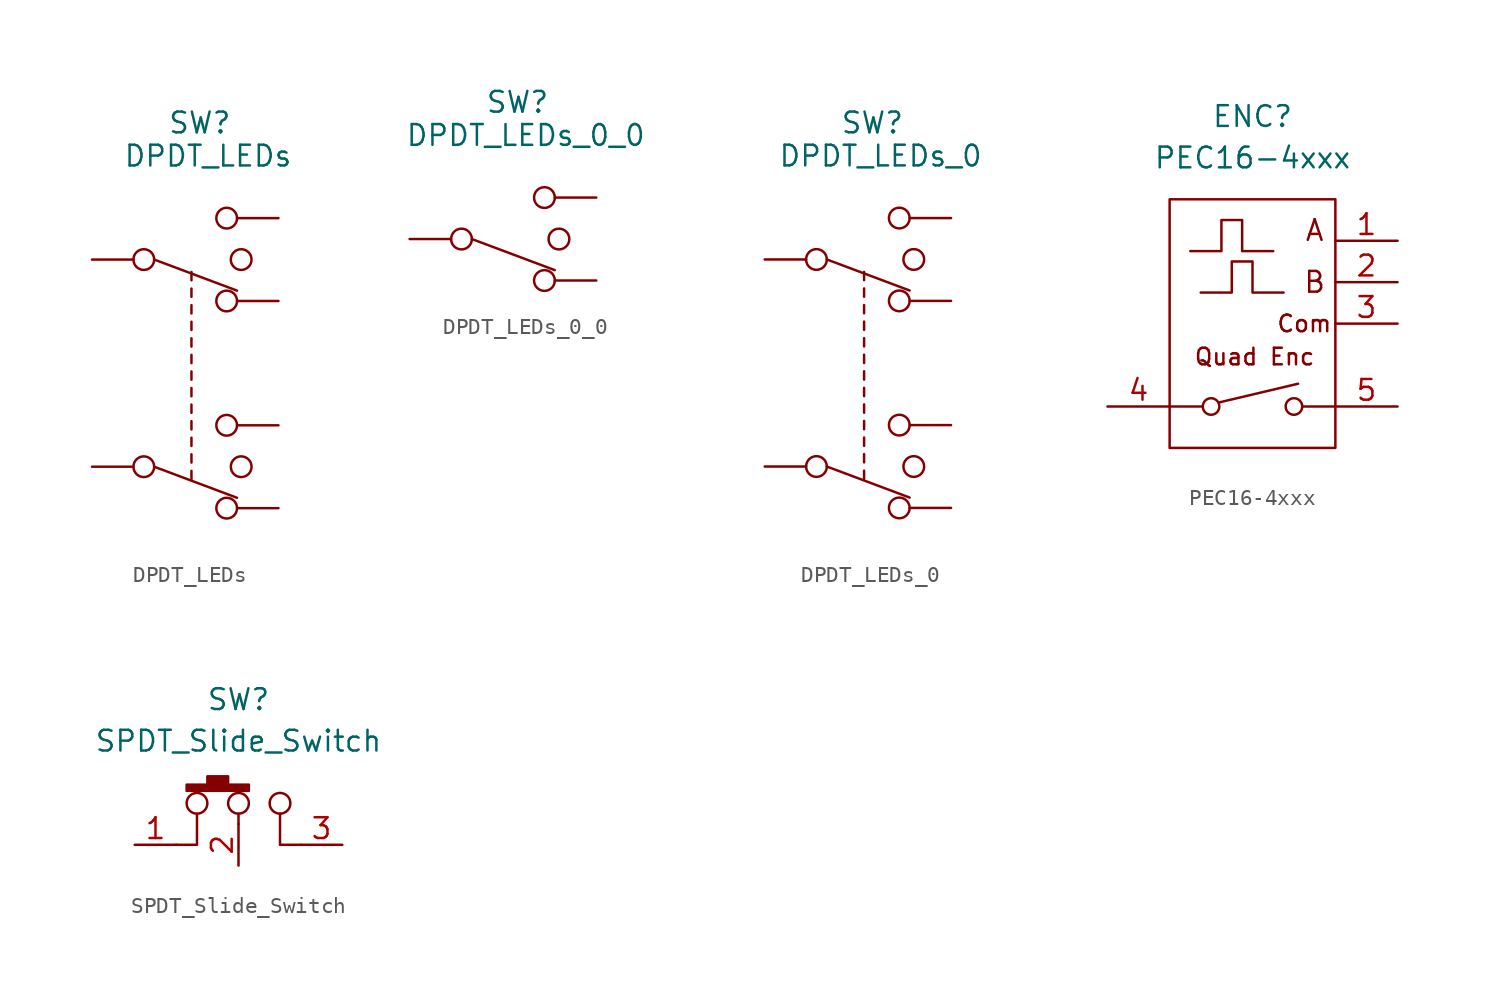
<source format=kicad_sym>
(kicad_symbol_lib
  (version 20211014)
  (generator kicad_symbol_editor)
  (symbol "DPDT_LEDs"
    (pin_numbers hide)
    (pin_names
      (offset 1.016) hide)
    (property "Reference" "SW"
      (at 0.254 13.462 0)
      (effects (font (size 1.27 1.27))))
    (property "Value" "DPDT_LEDs"
      (at 0.762 11.43 0)
      (effects (font (size 1.27 1.27))))
    (symbol "DPDT_LEDs_0_1"
      (polyline (pts (xy -2.54 -7.62) (xy 2.54 -9.525)) (stroke (width 0) (type default) (color 0 0 0 0)) (fill (type none)))
      (polyline (pts (xy -2.54 5.08) (xy 2.54 3.175)) (stroke (width 0) (type default) (color 0 0 0 0)) (fill (type none)))
      (polyline (pts (xy -0.254 -7.874) (xy -0.254 -8.382)) (stroke (width 0) (type default) (color 0 0 0 0)) (fill (type none)))
      (polyline (pts (xy -0.254 -6.858) (xy -0.254 -7.366)) (stroke (width 0) (type default) (color 0 0 0 0)) (fill (type none)))
      (polyline (pts (xy -0.254 -5.842) (xy -0.254 -6.35)) (stroke (width 0) (type default) (color 0 0 0 0)) (fill (type none)))
      (polyline (pts (xy -0.254 -4.826) (xy -0.254 -5.334)) (stroke (width 0) (type default) (color 0 0 0 0)) (fill (type none)))
      (polyline (pts (xy -0.254 -3.81) (xy -0.254 -4.318)) (stroke (width 0) (type default) (color 0 0 0 0)) (fill (type none)))
      (polyline (pts (xy -0.254 -2.794) (xy -0.254 -3.302)) (stroke (width 0) (type default) (color 0 0 0 0)) (fill (type none)))
      (polyline (pts (xy -0.254 -1.778) (xy -0.254 -2.286)) (stroke (width 0) (type default) (color 0 0 0 0)) (fill (type none)))
      (polyline (pts (xy -0.254 -0.762) (xy -0.254 -1.27)) (stroke (width 0) (type default) (color 0 0 0 0)) (fill (type none)))
      (polyline (pts (xy -0.254 0.254) (xy -0.254 -0.254)) (stroke (width 0) (type default) (color 0 0 0 0)) (fill (type none)))
      (polyline (pts (xy -0.254 1.27) (xy -0.254 0.762)) (stroke (width 0) (type default) (color 0 0 0 0)) (fill (type none)))
      (polyline (pts (xy -0.254 2.286) (xy -0.254 1.778)) (stroke (width 0) (type default) (color 0 0 0 0)) (fill (type none)))
      (polyline (pts (xy -0.254 3.302) (xy -0.254 2.794)) (stroke (width 0) (type default) (color 0 0 0 0)) (fill (type none)))
      (polyline (pts (xy -0.254 4.318) (xy -0.254 3.81)) (stroke (width 0) (type default) (color 0 0 0 0)) (fill (type none)))
      (circle (center 2.794 -7.62) (radius 0.635) (stroke (width 0) (type default) (color 0 0 0 0)) (fill (type none)))
      (circle (center 2.794 5.08) (radius 0.635) (stroke (width 0) (type default) (color 0 0 0 0)) (fill (type none))))
    (symbol "DPDT_LEDs_1_1"
      (pin passive inverted (at 5.08 7.62 180) (length 3.81) (name "A1" (effects (font (size 1.27 1.27)))) (number "1" (effects (font (size 1.27 1.27)))))
      (pin passive inverted (at -6.35 5.08 0) (length 3.81) (name "C1" (effects (font (size 1.27 1.27)))) (number "2" (effects (font (size 1.27 1.27)))))
      (pin passive inverted (at 5.08 2.54 180) (length 3.81) (name "B1" (effects (font (size 1.27 1.27)))) (number "3" (effects (font (size 1.27 1.27)))))
      (pin passive inverted (at 5.08 -5.08 180) (length 3.81) (name "A2" (effects (font (size 1.27 1.27)))) (number "4" (effects (font (size 1.27 1.27)))))
      (pin passive inverted (at -6.35 -7.62 0) (length 3.81) (name "C2" (effects (font (size 1.27 1.27)))) (number "5" (effects (font (size 1.27 1.27)))))
      (pin passive inverted (at 5.08 -10.16 180) (length 3.81) (name "B2" (effects (font (size 1.27 1.27)))) (number "6" (effects (font (size 1.27 1.27)))))))
  (symbol "DPDT_LEDs_0_0"
    (pin_numbers hide)
    (pin_names
      (offset 1.016) hide)
    (property "Reference" "SW"
      (at 0.254 13.462 0)
      (effects (font (size 1.27 1.27))))
    (property "Value" "DPDT_LEDs_0_0"
      (at 0.762 11.43 0)
      (effects (font (size 1.27 1.27))))
    (symbol "DPDT_LEDs_0_0_0_1"
      (polyline (pts (xy -2.54 5.08) (xy 2.54 3.175)) (stroke (width 0) (type default) (color 0 0 0 0)) (fill (type none)))
      (circle (center 2.794 5.08) (radius 0.635) (stroke (width 0) (type default) (color 0 0 0 0)) (fill (type none))))
    (symbol "DPDT_LEDs_0_0_1_1"
      (pin passive inverted (at 5.08 7.62 180) (length 3.81) (name "A1" (effects (font (size 1.27 1.27)))) (number "1" (effects (font (size 1.27 1.27)))))
      (pin passive inverted (at -6.35 5.08 0) (length 3.81) (name "C1" (effects (font (size 1.27 1.27)))) (number "2" (effects (font (size 1.27 1.27)))))
      (pin passive inverted (at 5.08 2.54 180) (length 3.81) (name "B1" (effects (font (size 1.27 1.27)))) (number "3" (effects (font (size 1.27 1.27)))))))
  (symbol "DPDT_LEDs_0"
    (pin_numbers hide)
    (pin_names
      (offset 1.016) hide)
    (property "Reference" "SW"
      (at 0.254 13.462 0)
      (effects (font (size 1.27 1.27))))
    (property "Value" "DPDT_LEDs_0"
      (at 0.762 11.43 0)
      (effects (font (size 1.27 1.27))))
    (symbol "DPDT_LEDs_0_0_1"
      (polyline (pts (xy -2.54 -7.62) (xy 2.54 -9.525)) (stroke (width 0) (type default) (color 0 0 0 0)) (fill (type none)))
      (polyline (pts (xy -2.54 5.08) (xy 2.54 3.175)) (stroke (width 0) (type default) (color 0 0 0 0)) (fill (type none)))
      (polyline (pts (xy -0.254 -7.874) (xy -0.254 -8.382)) (stroke (width 0) (type default) (color 0 0 0 0)) (fill (type none)))
      (polyline (pts (xy -0.254 -6.858) (xy -0.254 -7.366)) (stroke (width 0) (type default) (color 0 0 0 0)) (fill (type none)))
      (polyline (pts (xy -0.254 -5.842) (xy -0.254 -6.35)) (stroke (width 0) (type default) (color 0 0 0 0)) (fill (type none)))
      (polyline (pts (xy -0.254 -4.826) (xy -0.254 -5.334)) (stroke (width 0) (type default) (color 0 0 0 0)) (fill (type none)))
      (polyline (pts (xy -0.254 -3.81) (xy -0.254 -4.318)) (stroke (width 0) (type default) (color 0 0 0 0)) (fill (type none)))
      (polyline (pts (xy -0.254 -2.794) (xy -0.254 -3.302)) (stroke (width 0) (type default) (color 0 0 0 0)) (fill (type none)))
      (polyline (pts (xy -0.254 -1.778) (xy -0.254 -2.286)) (stroke (width 0) (type default) (color 0 0 0 0)) (fill (type none)))
      (polyline (pts (xy -0.254 -0.762) (xy -0.254 -1.27)) (stroke (width 0) (type default) (color 0 0 0 0)) (fill (type none)))
      (polyline (pts (xy -0.254 0.254) (xy -0.254 -0.254)) (stroke (width 0) (type default) (color 0 0 0 0)) (fill (type none)))
      (polyline (pts (xy -0.254 1.27) (xy -0.254 0.762)) (stroke (width 0) (type default) (color 0 0 0 0)) (fill (type none)))
      (polyline (pts (xy -0.254 2.286) (xy -0.254 1.778)) (stroke (width 0) (type default) (color 0 0 0 0)) (fill (type none)))
      (polyline (pts (xy -0.254 3.302) (xy -0.254 2.794)) (stroke (width 0) (type default) (color 0 0 0 0)) (fill (type none)))
      (polyline (pts (xy -0.254 4.318) (xy -0.254 3.81)) (stroke (width 0) (type default) (color 0 0 0 0)) (fill (type none)))
      (circle (center 2.794 -7.62) (radius 0.635) (stroke (width 0) (type default) (color 0 0 0 0)) (fill (type none)))
      (circle (center 2.794 5.08) (radius 0.635) (stroke (width 0) (type default) (color 0 0 0 0)) (fill (type none))))
    (symbol "DPDT_LEDs_0_1_1"
      (pin passive inverted (at 5.08 7.62 180) (length 3.81) (name "A1" (effects (font (size 1.27 1.27)))) (number "1" (effects (font (size 1.27 1.27)))))
      (pin passive inverted (at -6.35 5.08 0) (length 3.81) (name "C1" (effects (font (size 1.27 1.27)))) (number "2" (effects (font (size 1.27 1.27)))))
      (pin passive inverted (at 5.08 2.54 180) (length 3.81) (name "B1" (effects (font (size 1.27 1.27)))) (number "3" (effects (font (size 1.27 1.27)))))
      (pin passive inverted (at 5.08 -5.08 180) (length 3.81) (name "A2" (effects (font (size 1.27 1.27)))) (number "4" (effects (font (size 1.27 1.27)))))
      (pin passive inverted (at -6.35 -7.62 0) (length 3.81) (name "C2" (effects (font (size 1.27 1.27)))) (number "5" (effects (font (size 1.27 1.27)))))
      (pin passive inverted (at 5.08 -10.16 180) (length 3.81) (name "B2" (effects (font (size 1.27 1.27)))) (number "6" (effects (font (size 1.27 1.27)))))))
  (symbol "PEC16-4xxx"
    (pin_names
      (offset 1.016) hide)
    (property "Reference" "ENC"
      (at 0 12.7 0)
      (effects (font (size 1.27 1.27))))
    (property "Value" "PEC16-4xxx"
      (at 0 10.16 0)
      (effects (font (size 1.27 1.27))))
    (symbol "PEC16-4xxx_0_0"
      (polyline (pts (xy -3.81 4.445) (xy -1.905 4.445) (xy -1.905 6.35) (xy -0.635 6.35) (xy -0.635 4.445) (xy 1.27 4.445)) (stroke (width 0) (type default) (color 0 0 0 0)) (fill (type none)))
      (polyline (pts (xy -3.175 1.905) (xy -1.27 1.905) (xy -1.27 3.81) (xy 0 3.81) (xy 0 1.905) (xy 1.905 1.905)) (stroke (width 0) (type default) (color 0 0 0 0)) (fill (type none)))
      (text "A" (at 3.81 5.715 0) (effects (font (size 1.27 1.27))))
      (text "B" (at 3.81 2.54 0) (effects (font (size 1.27 1.27))))
      (text "Com" (at 3.175 0 0) (effects (font (size 1.016 1.016))))
      (text "Quad Enc" (at 0.127 -2.032 0) (effects (font (size 1.016 1.016)))))
    (symbol "PEC16-4xxx_0_1"
      (rectangle (start -5.08 7.62) (end 5.08 -7.62) (stroke (width 0) (type default) (color 0 0 0 0)) (fill (type none)))
      (circle (center -2.54 -5.08) (radius 0.508) (stroke (width 0) (type default) (color 0 0 0 0)) (fill (type none)))
      (polyline (pts (xy -5.08 -5.08) (xy -3.048 -5.08)) (stroke (width 0) (type default) (color 0 0 0 0)) (fill (type none)))
      (polyline (pts (xy -2.032 -4.826) (xy 2.794 -3.683)) (stroke (width 0) (type default) (color 0 0 0 0)) (fill (type none)))
      (polyline (pts (xy 3.048 -5.08) (xy 5.08 -5.08)) (stroke (width 0) (type default) (color 0 0 0 0)) (fill (type none)))
      (circle (center 2.54 -5.08) (radius 0.508) (stroke (width 0) (type default) (color 0 0 0 0)) (fill (type none))))
    (symbol "PEC16-4xxx_1_1"
      (pin input line (at 8.89 5.08 180) (length 3.81) (name "A" (effects (font (size 1.27 1.27)))) (number "1" (effects (font (size 1.27 1.27)))))
      (pin input line (at 8.89 2.54 180) (length 3.81) (name "B" (effects (font (size 1.27 1.27)))) (number "2" (effects (font (size 1.27 1.27)))))
      (pin input line (at 8.89 0 180) (length 3.81) (name "Comm" (effects (font (size 1.27 1.27)))) (number "3" (effects (font (size 1.27 1.27)))))
      (pin input line (at -8.89 -5.08 0) (length 3.81) (name "D" (effects (font (size 1.27 1.27)))) (number "4" (effects (font (size 1.27 1.27)))))
      (pin input line (at 8.89 -5.08 180) (length 3.81) (name "E" (effects (font (size 1.27 1.27)))) (number "5" (effects (font (size 1.27 1.27)))))))
  (symbol "SPDT_Slide_Switch"
    (pin_names
      (offset 1.016) hide)
    (property "Reference" "SW"
      (at 0 6.35 0)
      (effects (font (size 1.27 1.27))))
    (property "Value" "SPDT_Slide_Switch"
      (at 0 3.81 0)
      (effects (font (size 1.27 1.27))))
    (symbol "SPDT_Slide_Switch_0_1"
      (circle (center -2.54 0) (radius 0.635) (stroke (width 0.152) (type default) (color 0 0 0 0)) (fill (type none)))
      (polyline (pts (xy 0 -1.27) (xy 0 -0.635)) (stroke (width 0.152) (type default) (color 0 0 0 0)) (fill (type none)))
      (polyline (pts (xy -3.81 -2.54) (xy -2.54 -2.54) (xy -2.54 -0.635)) (stroke (width 0.152) (type default) (color 0 0 0 0)) (fill (type none)))
      (polyline (pts (xy 3.81 -2.54) (xy 2.54 -2.54) (xy 2.54 -0.635)) (stroke (width 0.152) (type default) (color 0 0 0 0)) (fill (type none)))
      (polyline (pts (xy -3.175 0.762) (xy 0.635 0.762) (xy 0.635 1.143) (xy -0.635 1.143) (xy -0.635 1.651) (xy -1.905 1.651) (xy -1.905 1.143) (xy -3.175 1.143) (xy -3.175 0.762)) (stroke (width 0.152) (type default) (color 0 0 0 0)) (fill (type outline)))
      (circle (center 0 0) (radius 0.635) (stroke (width 0.152) (type default) (color 0 0 0 0)) (fill (type none)))
      (circle (center 2.54 0) (radius 0.635) (stroke (width 0.152) (type default) (color 0 0 0 0)) (fill (type none))))
    (symbol "SPDT_Slide_Switch_1_1"
      (pin passive line (at -6.35 -2.54 0) (length 2.54) (name "1" (effects (font (size 1.27 1.27)))) (number "1" (effects (font (size 1.27 1.27)))))
      (pin passive line (at 0 -3.81 90) (length 2.54) (name "2" (effects (font (size 1.27 1.27)))) (number "2" (effects (font (size 1.27 1.27)))))
      (pin passive line (at 6.35 -2.54 180) (length 2.54) (name "3" (effects (font (size 1.27 1.27)))) (number "3" (effects (font (size 1.27 1.27))))))))
</source>
